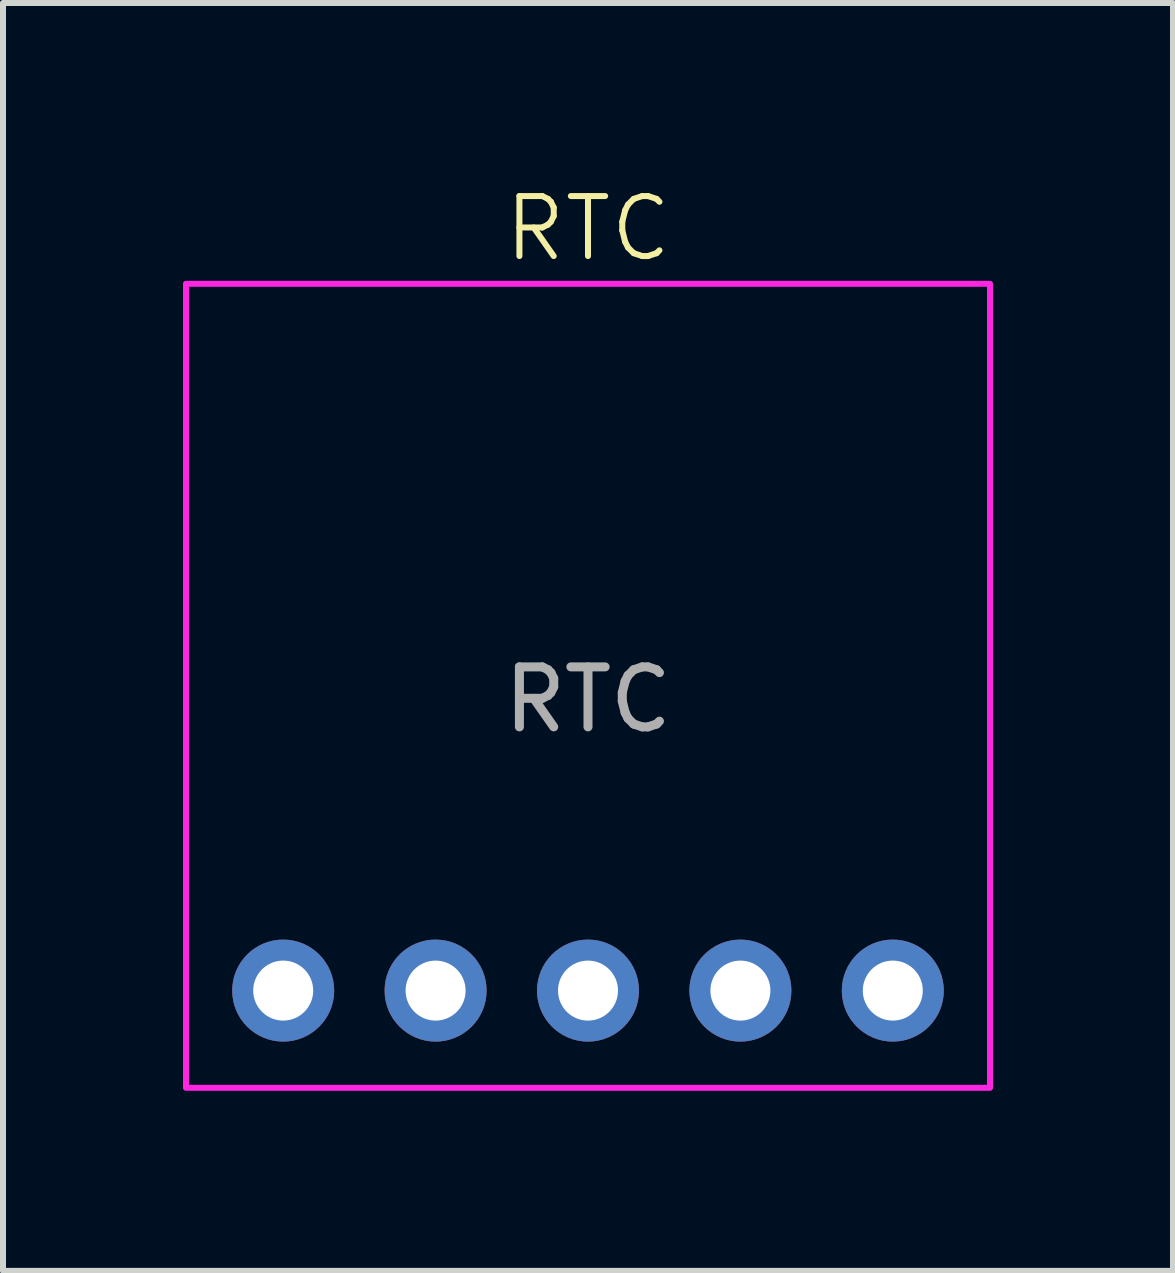
<source format=kicad_pcb>
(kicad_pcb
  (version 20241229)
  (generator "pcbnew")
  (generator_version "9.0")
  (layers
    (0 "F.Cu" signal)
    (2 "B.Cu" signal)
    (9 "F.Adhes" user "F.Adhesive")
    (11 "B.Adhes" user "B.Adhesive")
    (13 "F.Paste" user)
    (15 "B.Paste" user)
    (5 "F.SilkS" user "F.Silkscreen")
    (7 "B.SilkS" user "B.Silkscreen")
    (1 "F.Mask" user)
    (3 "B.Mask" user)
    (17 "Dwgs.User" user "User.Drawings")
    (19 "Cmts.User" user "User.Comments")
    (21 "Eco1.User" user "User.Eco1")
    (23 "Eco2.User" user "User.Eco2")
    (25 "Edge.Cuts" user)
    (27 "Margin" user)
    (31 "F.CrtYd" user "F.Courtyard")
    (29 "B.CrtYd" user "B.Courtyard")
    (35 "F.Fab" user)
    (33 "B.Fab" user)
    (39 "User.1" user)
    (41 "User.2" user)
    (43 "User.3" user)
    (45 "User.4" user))
  (footprint "RTC"
    (layer "F.Cu")
    (at 1.67 13.46)
    (property "Reference" "RTC" (at 5.08 -12.7 0) (unlocked yes) (layer "F.SilkS") (effects (font (size 1 1) (thickness 0.1))))
    (attr through_hole)
    (fp_rect (start -1.62 -11.78) (end 11.78 1.62) (stroke (width 0.1) (type default)) (fill no) (layer "F.CrtYd"))
    (fp_text user "${REFERENCE}" (at 5.08 -4.85 0) (unlocked yes) (layer "F.Fab") (effects (font (size 1 1) (thickness 0.15))))
    (pad "1" thru_hole circle (at 0 0) (size 1.7 1.7) (drill 1) (layers "*.Cu" "*.Mask"))
    (pad "2" thru_hole circle (at 2.54 0) (size 1.7 1.7) (drill 1) (layers "*.Cu" "*.Mask"))
    (pad "3" thru_hole circle (at 5.08 0) (size 1.7 1.7) (drill 1) (layers "*.Cu" "*.Mask"))
    (pad "4" thru_hole circle (at 7.62 0) (size 1.7 1.7) (drill 1) (layers "*.Cu" "*.Mask"))
    (pad "5" thru_hole circle (at 10.16 0) (size 1.7 1.7) (drill 1) (layers "*.Cu" "*.Mask")))
  (gr_rect
    (start -3 -3)
    (end 16.5 18.131)
    (stroke (width 0.1) (type default))
    (fill no)
    (layer "Edge.Cuts")))
</source>
